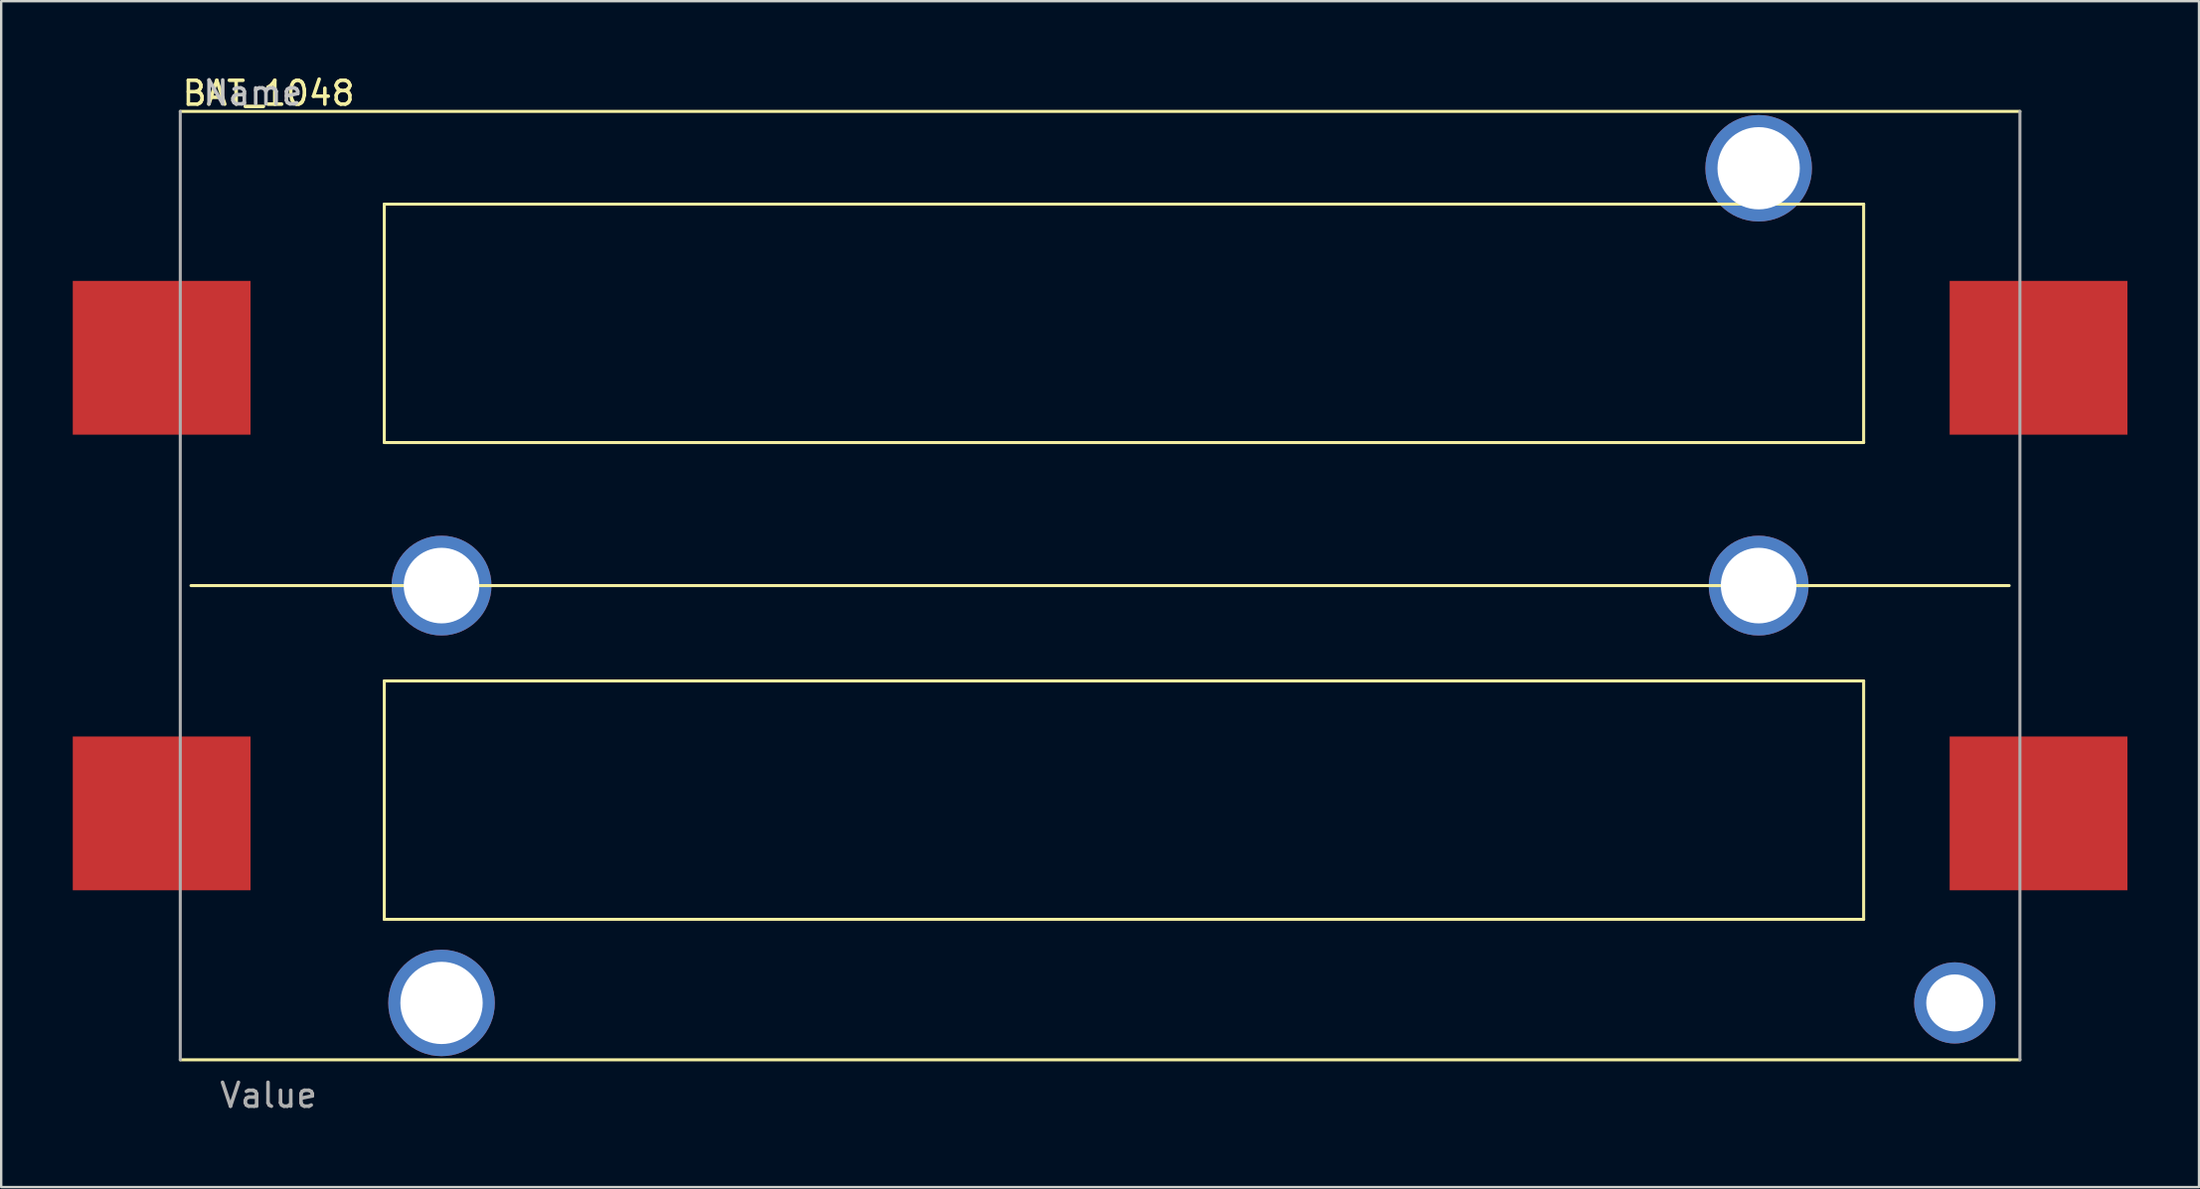
<source format=kicad_pcb>
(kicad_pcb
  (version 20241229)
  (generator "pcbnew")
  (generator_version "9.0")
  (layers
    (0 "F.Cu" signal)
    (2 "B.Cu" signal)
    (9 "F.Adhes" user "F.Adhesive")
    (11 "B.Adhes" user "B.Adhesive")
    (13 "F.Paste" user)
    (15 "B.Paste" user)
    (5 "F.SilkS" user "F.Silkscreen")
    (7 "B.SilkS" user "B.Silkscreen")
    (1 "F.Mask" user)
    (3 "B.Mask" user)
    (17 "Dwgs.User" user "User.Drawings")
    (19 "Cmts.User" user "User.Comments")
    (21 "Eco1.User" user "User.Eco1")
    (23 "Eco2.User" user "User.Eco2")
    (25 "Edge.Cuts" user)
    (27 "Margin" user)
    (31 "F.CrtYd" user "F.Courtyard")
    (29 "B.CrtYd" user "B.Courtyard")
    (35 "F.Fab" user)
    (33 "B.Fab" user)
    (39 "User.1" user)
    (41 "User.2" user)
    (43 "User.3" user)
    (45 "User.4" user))
  (footprint "BAT_1048"
    (layer "F.Cu")
    (at 43.055 21.512)
    (property "Reference" "BAT_1048" (at -34.85 -20.65 0) (layer "F.SilkS") (effects (font (size 1.001 1.001) (thickness 0.15))))
    (attr through_hole)
    (fp_line (start -38.55 -19.89) (end 38.55 -19.89) (stroke (width 0.127) (type solid)) (layer "F.SilkS"))
    (fp_line (start -30 -16) (end -30 -6) (stroke (width 0.127) (type solid)) (layer "F.SilkS"))
    (fp_line (start -30 -6) (end 32 -6) (stroke (width 0.127) (type solid)) (layer "F.SilkS"))
    (fp_line (start -30 4) (end -30 14) (stroke (width 0.127) (type solid)) (layer "F.SilkS"))
    (fp_line (start -30 14) (end 32 14) (stroke (width 0.127) (type solid)) (layer "F.SilkS"))
    (fp_line (start 32 -16) (end -30 -16) (stroke (width 0.127) (type solid)) (layer "F.SilkS"))
    (fp_line (start 32 -6) (end 32 -16) (stroke (width 0.127) (type solid)) (layer "F.SilkS"))
    (fp_line (start 32 4) (end -30 4) (stroke (width 0.127) (type solid)) (layer "F.SilkS"))
    (fp_line (start 32 14) (end 32 4) (stroke (width 0.127) (type solid)) (layer "F.SilkS"))
    (fp_line (start 38.1 0) (end -38.1 0) (stroke (width 0.127) (type solid)) (layer "F.SilkS"))
    (fp_line (start 38.55 19.89) (end -38.55 19.89) (stroke (width 0.127) (type solid)) (layer "F.SilkS"))
    (fp_line (start -38.55 19.89) (end -38.55 -19.89) (stroke (width 0.127) (type solid)) (layer "F.Fab"))
    (fp_line (start 38.55 -19.89) (end 38.55 19.89) (stroke (width 0.127) (type solid)) (layer "F.Fab"))
    (fp_text user "Name" (at -35.508 -20.663 0) (layer "Dwgs.User") (effects (font (size 1.001 1.001) (thickness 0.15))))
    (fp_text user "Value" (at -34.849 21.38 0) (layer "F.Fab") (effects (font (size 1.001 1.001) (thickness 0.15))))
    (pad "C1+" smd rect (at -39.33 -9.555) (size 7.45 6.45) (layers "F.Cu" "F.Mask" "F.Paste"))
    (pad "C1-" smd rect (at 39.33 -9.555) (size 7.45 6.45) (layers "F.Cu" "F.Mask" "F.Paste"))
    (pad "C2+" smd rect (at 39.33 9.555) (size 7.45 6.45) (layers "F.Cu" "F.Mask" "F.Paste"))
    (pad "C2-" smd rect (at -39.33 9.555) (size 7.45 6.45) (layers "F.Cu" "F.Mask" "F.Paste"))
    (pad "P$1" thru_hole circle (at 27.6 0) (size 4.186 4.186) (drill 3.17) (layers "*.Cu" "*.Mask"))
    (pad "P$2" thru_hole circle (at -27.6 0) (size 4.186 4.186) (drill 3.17) (layers "*.Cu" "*.Mask"))
    (pad "P$3" thru_hole circle (at -27.6 17.505) (size 4.466 4.466) (drill 3.45) (layers "*.Cu" "*.Mask"))
    (pad "P$4" thru_hole circle (at 27.6 -17.505) (size 4.466 4.466) (drill 3.45) (layers "*.Cu" "*.Mask"))
    (pad "P$5" thru_hole circle (at 35.82 17.505) (size 3.406 3.406) (drill 2.39) (layers "*.Cu" "*.Mask")))
  (gr_rect
    (start -3 -3)
    (end 89.11 46.74)
    (stroke (width 0.1) (type default))
    (fill no)
    (layer "Edge.Cuts")))
</source>
